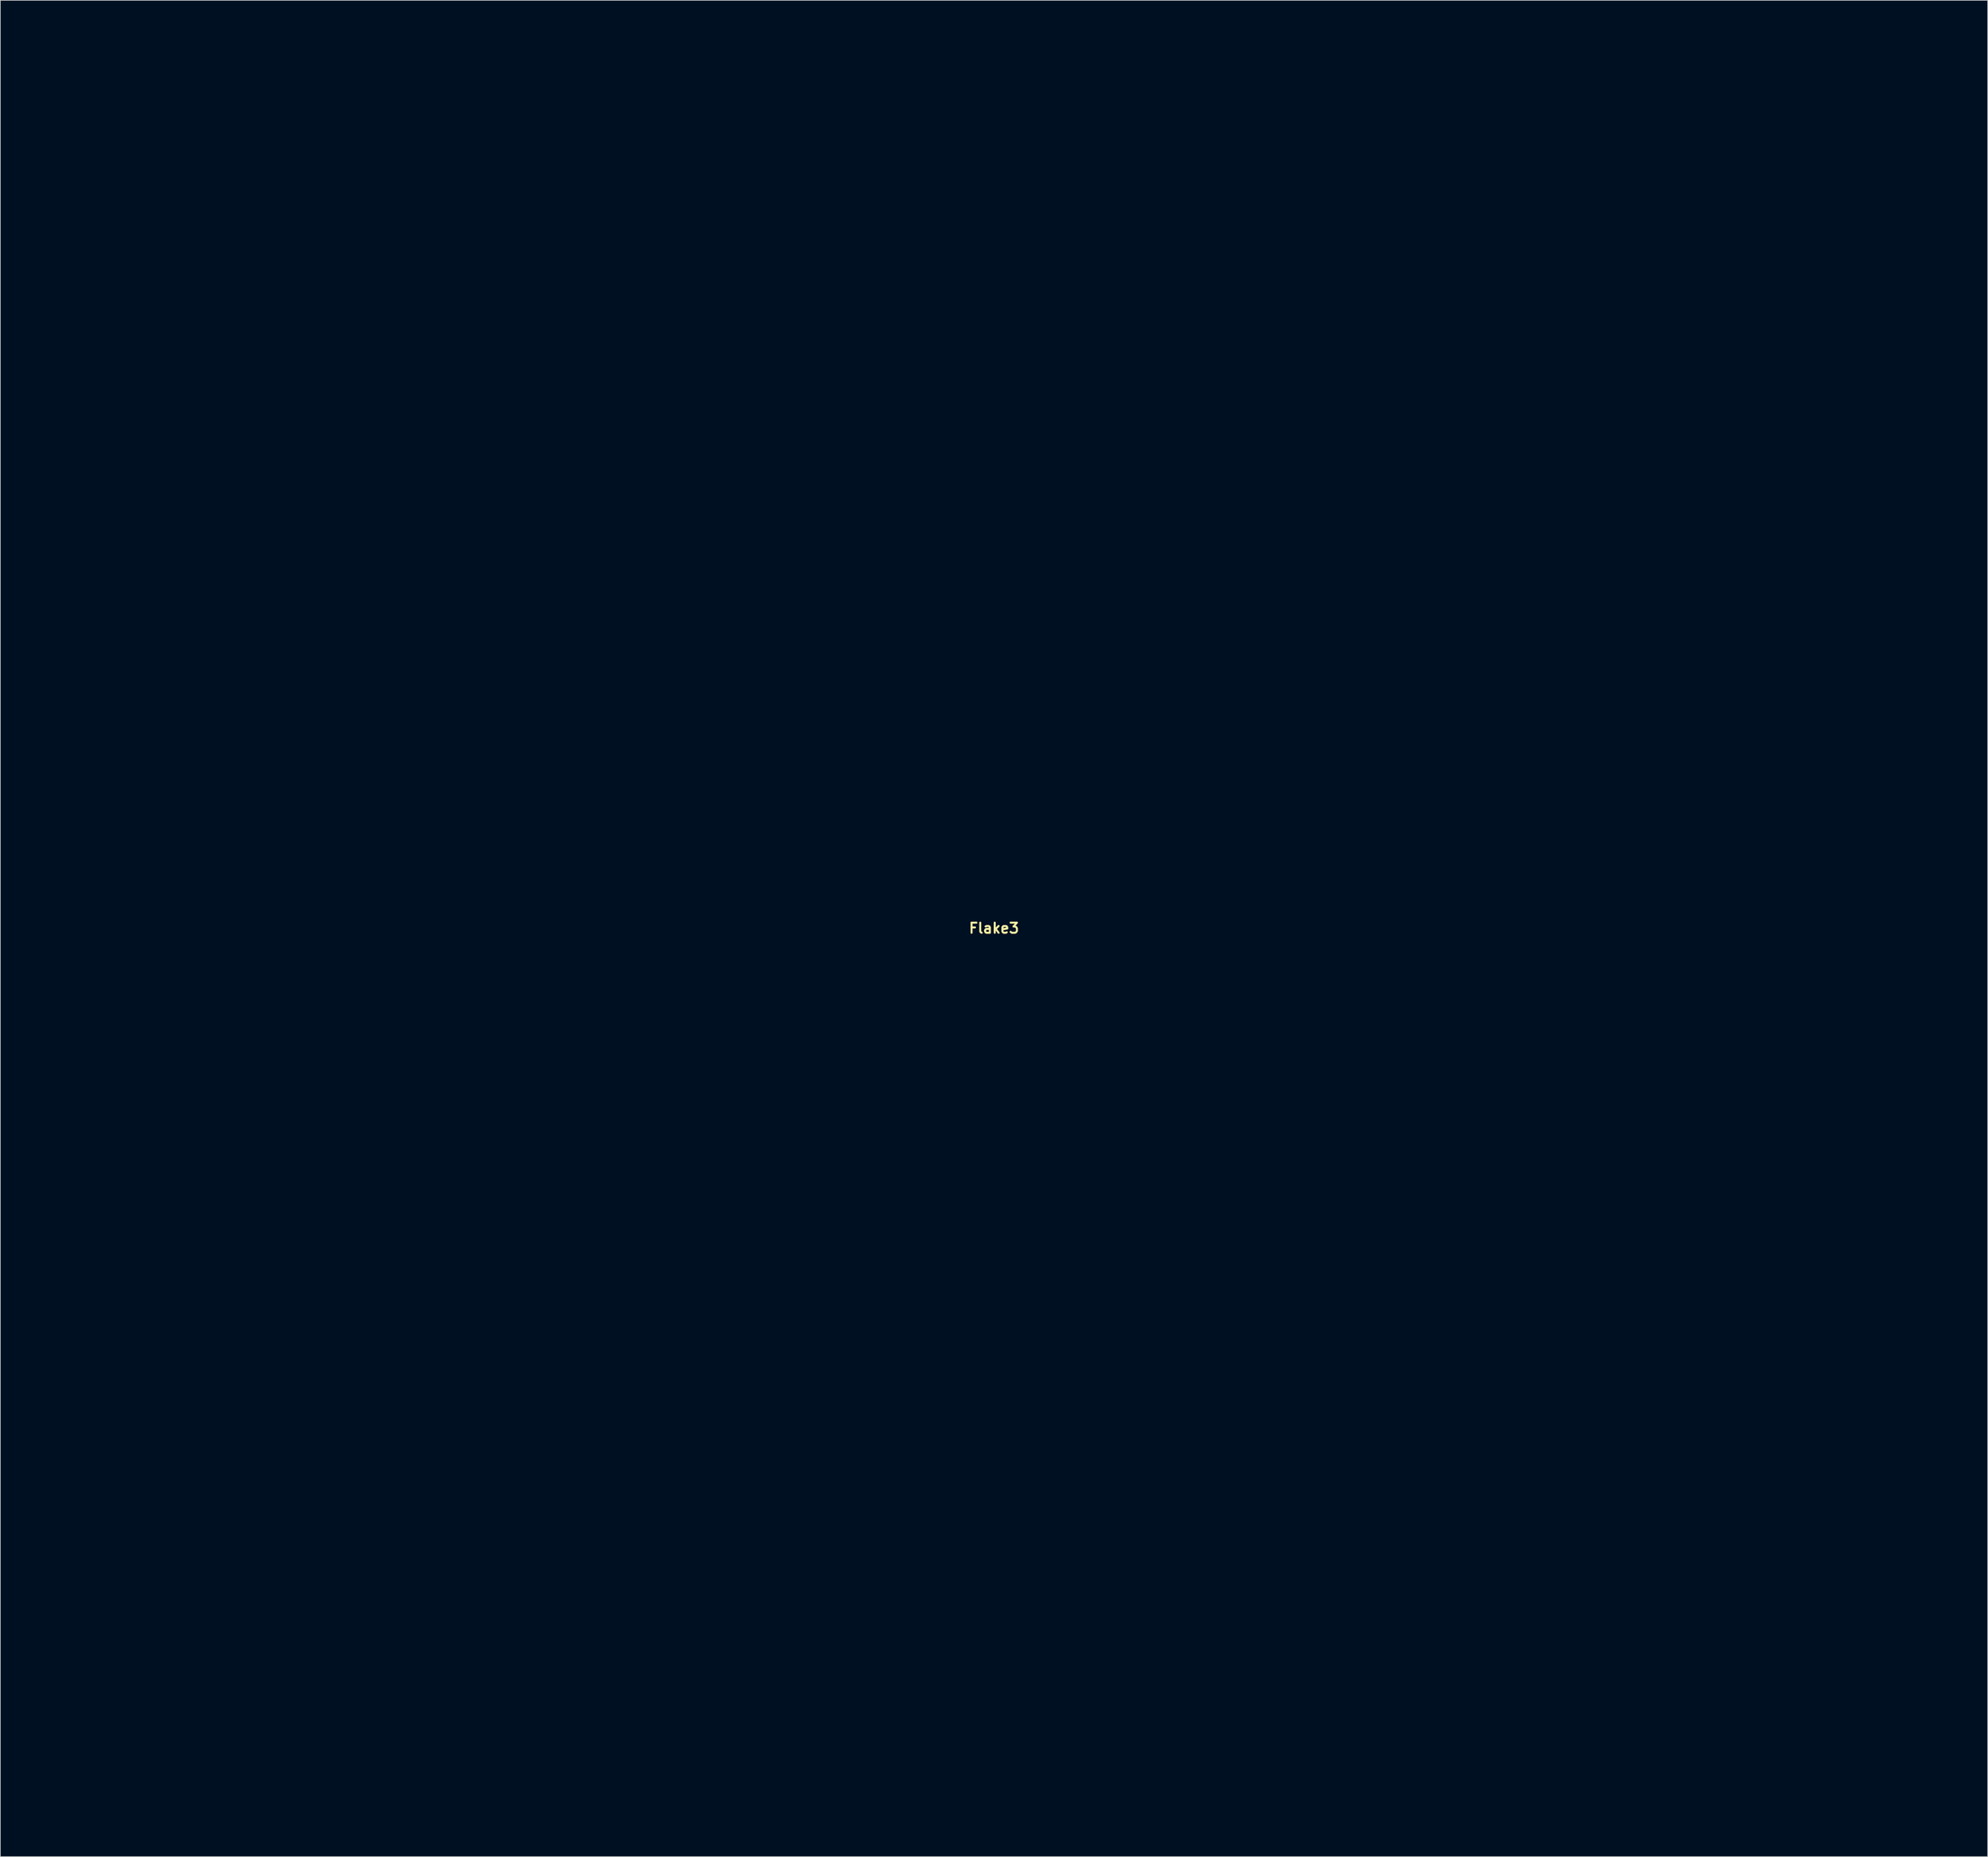
<source format=kicad_pcb>
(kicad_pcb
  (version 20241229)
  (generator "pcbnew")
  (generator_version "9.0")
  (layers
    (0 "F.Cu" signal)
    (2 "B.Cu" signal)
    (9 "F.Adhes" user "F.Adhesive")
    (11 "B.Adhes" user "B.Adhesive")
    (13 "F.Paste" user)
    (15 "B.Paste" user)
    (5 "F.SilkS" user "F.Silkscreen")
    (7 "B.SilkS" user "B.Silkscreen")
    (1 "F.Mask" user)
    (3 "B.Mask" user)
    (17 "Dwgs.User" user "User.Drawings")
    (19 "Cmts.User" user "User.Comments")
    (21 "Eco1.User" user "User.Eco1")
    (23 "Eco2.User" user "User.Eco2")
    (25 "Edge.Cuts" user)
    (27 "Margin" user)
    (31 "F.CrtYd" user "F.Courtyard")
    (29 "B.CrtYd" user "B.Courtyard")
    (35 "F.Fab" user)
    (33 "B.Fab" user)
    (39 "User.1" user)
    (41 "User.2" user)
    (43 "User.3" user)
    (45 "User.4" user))
  (footprint "Flake3"
    (layer "F.Cu")
    (at 146.543 136.682)
    (property "Reference" "Flake3" (at 0 0 0) (layer "F.SilkS") (effects (font (size 1.524 1.524) (thickness 0.3))))
    (attr through_hole)
    (fp_poly (pts (xy 26.877 -136.263) (xy 27.831 -135.202) (xy 29.122 -133.644) (xy 30.637 -131.739) (xy 32.261 -129.636) (xy 33.881 -127.485) (xy 35.384 -125.437) (xy 36.654 -123.64) (xy 37.58 -122.246) (xy 38.046 -121.403) (xy 38.079 -121.264) (xy 37.665 -120.936) (xy 36.508 -120.199) (xy 34.72 -119.12) (xy 32.411 -117.764) (xy 29.693 -116.198) (xy 26.722 -114.513) (xy 15.387 -108.133) (xy 15.387 -99.289) (xy 15.402 -96.447) (xy 15.444 -93.952) (xy 15.508 -91.964) (xy 15.589 -90.645) (xy 15.675 -90.158) (xy 16.17 -90.291) (xy 17.43 -90.806) (xy 19.344 -91.654) (xy 21.804 -92.783) (xy 24.696 -94.144) (xy 27.913 -95.687) (xy 29.026 -96.227) (xy 32.328 -97.822) (xy 35.344 -99.257) (xy 37.965 -100.481) (xy 40.079 -101.443) (xy 41.575 -102.092) (xy 42.341 -102.377) (xy 42.415 -102.382) (xy 42.736 -101.895) (xy 43.39 -100.696) (xy 44.301 -98.941) (xy 45.393 -96.784) (xy 46.59 -94.379) (xy 47.817 -91.882) (xy 48.998 -89.445) (xy 50.057 -87.225) (xy 50.918 -85.375) (xy 51.505 -84.05) (xy 51.744 -83.405) (xy 51.741 -83.368) (xy 51.257 -83.132) (xy 50 -82.552) (xy 48.089 -81.681) (xy 45.643 -80.575) (xy 42.782 -79.287) (xy 39.778 -77.94) (xy 28.023 -72.679) (xy 28.22 -65.769) (xy 28.316 -63.142) (xy 28.443 -60.755) (xy 28.585 -58.832) (xy 28.729 -57.6) (xy 28.765 -57.417) (xy 29.004 -56.812) (xy 29.5 -56.192) (xy 30.376 -55.467) (xy 31.755 -54.544) (xy 33.761 -53.334) (xy 36.209 -51.921) (xy 43.304 -47.868) (xy 60.421 -55.293) (xy 60.739 -62.649) (xy 60.856 -65.623) (xy 60.954 -68.619) (xy 61.024 -71.329) (xy 61.056 -73.446) (xy 61.058 -73.835) (xy 61.058 -77.665) (xy 68.507 -77.662) (xy 71.432 -77.639) (xy 74.314 -77.58) (xy 76.87 -77.492) (xy 78.818 -77.383) (xy 79.253 -77.347) (xy 82.55 -77.036) (xy 82.552 -70.878) (xy 82.582 -67.8) (xy 82.662 -64.39) (xy 82.777 -61.134) (xy 82.871 -59.222) (xy 83.188 -53.724) (xy 91.783 -58.179) (xy 94.415 -59.544) (xy 96.729 -60.747) (xy 98.594 -61.719) (xy 99.879 -62.392) (xy 100.45 -62.696) (xy 100.466 -62.706) (xy 100.517 -63.193) (xy 100.611 -64.511) (xy 100.738 -66.517) (xy 100.889 -69.067) (xy 101.056 -72.018) (xy 101.112 -73.031) (xy 101.285 -76.113) (xy 101.451 -78.872) (xy 101.6 -81.157) (xy 101.721 -82.815) (xy 101.805 -83.694) (xy 101.821 -83.783) (xy 102.321 -83.879) (xy 103.623 -83.901) (xy 105.556 -83.86) (xy 107.951 -83.766) (xy 110.635 -83.629) (xy 113.438 -83.461) (xy 116.19 -83.271) (xy 118.719 -83.07) (xy 120.855 -82.869) (xy 122.426 -82.678) (xy 123.262 -82.507) (xy 123.342 -82.463) (xy 123.363 -81.937) (xy 123.298 -80.608) (xy 123.164 -78.642) (xy 122.974 -76.209) (xy 122.744 -73.477) (xy 122.488 -70.613) (xy 122.222 -67.786) (xy 121.96 -65.164) (xy 121.716 -62.915) (xy 121.506 -61.206) (xy 121.408 -60.541) (xy 121.375 -60.046) (xy 121.547 -59.615) (xy 122.051 -59.17) (xy 123.018 -58.631) (xy 124.575 -57.92) (xy 126.852 -56.958) (xy 128.13 -56.428) (xy 132.689 -54.543) (xy 136.426 -52.99) (xy 139.423 -51.733) (xy 141.761 -50.731) (xy 143.522 -49.948) (xy 144.787 -49.344) (xy 145.639 -48.881) (xy 146.158 -48.521) (xy 146.426 -48.225) (xy 146.526 -47.954) (xy 146.538 -47.753) (xy 146.31 -47.09) (xy 145.687 -45.78) (xy 144.759 -43.982) (xy 143.616 -41.859) (xy 142.351 -39.572) (xy 141.053 -37.283) (xy 139.813 -35.151) (xy 138.722 -33.34) (xy 137.871 -32.009) (xy 137.351 -31.321) (xy 137.26 -31.262) (xy 136.757 -31.459) (xy 135.485 -32.014) (xy 133.563 -32.875) (xy 131.107 -33.989) (xy 128.235 -35.302) (xy 125.065 -36.762) (xy 124.94 -36.82) (xy 112.911 -42.379) (xy 104.325 -37.719) (xy 101.712 -36.287) (xy 99.42 -35.004) (xy 97.578 -33.946) (xy 96.315 -33.185) (xy 95.76 -32.796) (xy 95.745 -32.771) (xy 96.161 -32.478) (xy 97.335 -31.789) (xy 99.158 -30.765) (xy 101.523 -29.465) (xy 104.323 -27.948) (xy 107.451 -26.275) (xy 108.305 -25.82) (xy 111.509 -24.108) (xy 114.421 -22.529) (xy 116.932 -21.144) (xy 118.933 -20.015) (xy 120.314 -19.202) (xy 120.967 -18.766) (xy 121.003 -18.723) (xy 120.763 -18.224) (xy 119.924 -17.05) (xy 118.479 -15.192) (xy 116.419 -12.638) (xy 113.735 -9.377) (xy 110.418 -5.399) (xy 108.614 -3.25) (xy 107.445 -1.859) (xy 103.668 -4.01) (xy 101.925 -5.007) (xy 99.581 -6.352) (xy 96.882 -7.906) (xy 94.07 -9.528) (xy 92.483 -10.444) (xy 85.076 -14.728) (xy 77.341 -10.48) (xy 74.814 -9.07) (xy 72.564 -7.77) (xy 70.741 -6.671) (xy 69.495 -5.864) (xy 68.995 -5.465) (xy 68.725 -4.719) (xy 68.537 -3.221) (xy 68.425 -0.898) (xy 68.385 2.32) (xy 68.385 2.677) (xy 68.385 10.051) (xy 76.316 14.495) (xy 84.247 18.938) (xy 95.277 13.419) (xy 106.308 7.9) (xy 111.159 15.995) (xy 112.674 18.541) (xy 114.011 20.819) (xy 115.089 22.69) (xy 115.828 24.014) (xy 116.148 24.652) (xy 116.153 24.668) (xy 115.777 25.043) (xy 114.644 25.797) (xy 112.865 26.864) (xy 110.553 28.179) (xy 107.82 29.675) (xy 105.301 31.014) (xy 102.331 32.594) (xy 99.685 34.042) (xy 97.477 35.295) (xy 95.817 36.286) (xy 94.818 36.951) (xy 94.573 37.214) (xy 95.076 37.559) (xy 96.313 38.26) (xy 98.145 39.242) (xy 100.429 40.428) (xy 103.024 41.743) (xy 103.076 41.769) (xy 111.312 45.892) (xy 121.903 41.027) (xy 124.886 39.675) (xy 127.579 38.488) (xy 129.853 37.52) (xy 131.581 36.824) (xy 132.637 36.455) (xy 132.903 36.416) (xy 133.227 36.893) (xy 133.914 38.076) (xy 134.875 39.8) (xy 136.024 41.903) (xy 137.273 44.221) (xy 138.536 46.591) (xy 139.724 48.851) (xy 140.751 50.837) (xy 141.53 52.387) (xy 141.974 53.337) (xy 142.036 53.507) (xy 141.642 53.822) (xy 140.458 54.447) (xy 138.604 55.327) (xy 136.197 56.407) (xy 133.355 57.634) (xy 130.558 58.803) (xy 127.402 60.111) (xy 124.548 61.307) (xy 122.118 62.339) (xy 120.237 63.154) (xy 119.029 63.699) (xy 118.622 63.912) (xy 118.581 64.466) (xy 118.633 65.858) (xy 118.768 67.955) (xy 118.977 70.624) (xy 119.25 73.73) (xy 119.523 76.601) (xy 119.848 79.964) (xy 120.127 82.992) (xy 120.35 85.554) (xy 120.505 87.518) (xy 120.581 88.754) (xy 120.575 89.134) (xy 120.067 89.202) (xy 118.757 89.301) (xy 116.817 89.423) (xy 114.422 89.56) (xy 111.742 89.703) (xy 108.952 89.844) (xy 106.222 89.973) (xy 103.726 90.082) (xy 101.637 90.163) (xy 100.126 90.206) (xy 99.367 90.204) (xy 99.312 90.194) (xy 99.26 89.698) (xy 99.171 88.36) (xy 99.052 86.313) (xy 98.91 83.691) (xy 98.753 80.627) (xy 98.631 78.138) (xy 98.418 74.158) (xy 98.196 70.852) (xy 97.972 68.291) (xy 97.753 66.55) (xy 97.545 65.698) (xy 97.507 65.643) (xy 96.854 65.215) (xy 95.521 64.495) (xy 93.67 63.559) (xy 91.465 62.483) (xy 89.068 61.344) (xy 86.643 60.217) (xy 84.353 59.179) (xy 82.361 58.305) (xy 80.829 57.673) (xy 79.922 57.358) (xy 79.748 57.347) (xy 79.661 57.896) (xy 79.567 59.293) (xy 79.471 61.407) (xy 79.379 64.108) (xy 79.295 67.268) (xy 79.225 70.756) (xy 79.224 70.832) (xy 79.135 75.212) (xy 79.029 78.659) (xy 78.905 81.218) (xy 78.76 82.932) (xy 78.59 83.845) (xy 78.456 84.032) (xy 77.831 83.99) (xy 76.379 83.864) (xy 74.246 83.667) (xy 71.575 83.413) (xy 68.514 83.116) (xy 66.797 82.946) (xy 55.685 81.844) (xy 55.705 80.365) (xy 55.743 79.441) (xy 55.836 77.713) (xy 55.974 75.352) (xy 56.148 72.529) (xy 56.347 69.415) (xy 56.398 68.629) (xy 56.584 65.562) (xy 56.719 62.83) (xy 56.798 60.582) (xy 56.818 58.965) (xy 56.773 58.129) (xy 56.744 58.051) (xy 56.197 57.734) (xy 54.94 57.102) (xy 53.146 56.234) (xy 50.988 55.21) (xy 48.64 54.112) (xy 46.275 53.019) (xy 44.067 52.013) (xy 42.189 51.174) (xy 40.814 50.582) (xy 40.116 50.318) (xy 40.076 50.312) (xy 39.523 50.516) (xy 38.245 51.084) (xy 36.393 51.945) (xy 34.119 53.029) (xy 32.079 54.019) (xy 24.491 57.726) (xy 24.231 60.735) (xy 24.09 62.569) (xy 23.928 64.985) (xy 23.771 67.591) (xy 23.7 68.887) (xy 23.429 74.029) (xy 34.419 79.816) (xy 38.092 81.779) (xy 41.028 83.408) (xy 43.194 84.683) (xy 44.554 85.585) (xy 45.075 86.092) (xy 45.07 86.153) (xy 44.653 86.778) (xy 43.798 88.025) (xy 42.614 89.738) (xy 41.208 91.761) (xy 39.69 93.94) (xy 38.167 96.118) (xy 36.749 98.141) (xy 35.544 99.853) (xy 34.659 101.099) (xy 34.205 101.723) (xy 34.178 101.756) (xy 33.666 101.654) (xy 32.403 101.161) (xy 30.509 100.331) (xy 28.102 99.216) (xy 25.301 97.871) (xy 22.537 96.505) (xy 19.483 94.982) (xy 16.723 93.614) (xy 14.374 92.46) (xy 12.555 91.577) (xy 11.385 91.023) (xy 10.983 90.854) (xy 10.908 91.317) (xy 10.855 92.603) (xy 10.829 94.558) (xy 10.829 97.03) (xy 10.857 99.708) (xy 10.99 108.563) (xy 20.938 114.263) (xy 23.749 115.884) (xy 26.257 117.352) (xy 28.344 118.595) (xy 29.892 119.542) (xy 30.782 120.122) (xy 30.952 120.266) (xy 30.685 120.697) (xy 29.926 121.758) (xy 28.784 123.306) (xy 27.365 125.2) (xy 25.778 127.298) (xy 24.13 129.457) (xy 22.53 131.538) (xy 21.085 133.396) (xy 19.902 134.891) (xy 19.091 135.881) (xy 19.017 135.967) (xy 18.52 135.835) (xy 17.314 135.244) (xy 15.514 134.258) (xy 13.235 132.942) (xy 10.594 131.361) (xy 8.293 129.947) (xy 5.422 128.167) (xy 2.808 126.558) (xy 0.573 125.192) (xy -1.165 124.142) (xy -2.287 123.48) (xy -2.656 123.281) (xy -3.213 123.468) (xy -4.481 124.112) (xy -6.346 125.148) (xy -8.693 126.51) (xy -11.408 128.133) (xy -14.31 129.912) (xy -17.293 131.741) (xy -20.036 133.386) (xy -22.422 134.78) (xy -24.332 135.853) (xy -25.647 136.539) (xy -26.242 136.769) (xy -26.875 136.363) (xy -28.001 135.168) (xy -29.588 133.222) (xy -31.604 130.563) (xy -32.605 129.195) (xy -34.314 126.82) (xy -35.804 124.711) (xy -36.987 122.998) (xy -37.774 121.807) (xy -38.078 121.267) (xy -38.079 121.257) (xy -37.665 120.931) (xy -36.508 120.196) (xy -34.72 119.118) (xy -32.411 117.763) (xy -29.694 116.198) (xy -26.722 114.513) (xy -15.387 108.133) (xy -15.387 99.289) (xy -15.402 96.447) (xy -15.444 93.952) (xy -15.508 91.964) (xy -15.589 90.645) (xy -15.675 90.158) (xy -16.17 90.291) (xy -17.43 90.806) (xy -19.344 91.654) (xy -21.804 92.783) (xy -24.696 94.144) (xy -27.913 95.687) (xy -29.026 96.227) (xy -32.328 97.822) (xy -35.344 99.257) (xy -37.965 100.481) (xy -40.079 101.443) (xy -41.575 102.092) (xy -42.341 102.377) (xy -42.415 102.382) (xy -42.736 101.895) (xy -43.39 100.696) (xy -44.301 98.941) (xy -45.393 96.784) (xy -46.59 94.379) (xy -47.817 91.882) (xy -48.998 89.445) (xy -50.057 87.225) (xy -50.918 85.375) (xy -51.505 84.05) (xy -51.744 83.405) (xy -51.741 83.368) (xy -51.257 83.132) (xy -50 82.552) (xy -48.089 81.681) (xy -45.642 80.575) (xy -42.78 79.286) (xy -39.76 77.932) (xy -27.987 72.663) (xy -28.175 66.738) (xy -28.272 64.144) (xy -28.392 61.644) (xy -28.518 59.547) (xy -28.619 58.309) (xy -28.874 55.805) (xy -36.589 51.588) (xy -44.304 47.37) (xy -52.36 51.289) (xy -60.417 55.207) (xy -60.737 62.606) (xy -60.855 65.586) (xy -60.953 68.586) (xy -61.023 71.3) (xy -61.056 73.423) (xy -61.058 73.835) (xy -61.058 77.665) (xy -68.507 77.662) (xy -71.432 77.639) (xy -74.314 77.58) (xy -76.87 77.492) (xy -78.818 77.383) (xy -79.253 77.347) (xy -82.55 77.036) (xy -82.552 70.878) (xy -82.582 67.8) (xy -82.662 64.39) (xy -82.777 61.134) (xy -82.871 59.222) (xy -83.188 53.724) (xy -91.783 58.179) (xy -94.415 59.544) (xy -96.729 60.747) (xy -98.594 61.719) (xy -99.879 62.392) (xy -100.45 62.696) (xy -100.466 62.706) (xy -100.517 63.193) (xy -100.611 64.511) (xy -100.738 66.517) (xy -100.889 69.067) (xy -101.056 72.018) (xy -101.112 73.031) (xy -101.285 76.113) (xy -101.451 78.872) (xy -101.6 81.157) (xy -101.721 82.815) (xy -101.805 83.694) (xy -101.821 83.783) (xy -102.321 83.879) (xy -103.623 83.901) (xy -105.556 83.86) (xy -107.951 83.766) (xy -110.635 83.629) (xy -113.438 83.461) (xy -116.19 83.271) (xy -118.719 83.07) (xy -120.855 82.869) (xy -122.426 82.678) (xy -123.262 82.507) (xy -123.342 82.463) (xy -123.363 81.937) (xy -123.298 80.608) (xy -123.164 78.642) (xy -122.974 76.209) (xy -122.744 73.477) (xy -122.488 70.613) (xy -122.222 67.786) (xy -121.96 65.164) (xy -121.716 62.915) (xy -121.506 61.206) (xy -121.408 60.541) (xy -121.375 60.046) (xy -121.547 59.615) (xy -122.051 59.17) (xy -123.018 58.631) (xy -124.575 57.92) (xy -126.852 56.958) (xy -128.13 56.428) (xy -132.689 54.543) (xy -136.426 52.99) (xy -139.423 51.733) (xy -141.761 50.731) (xy -143.522 49.948) (xy -144.787 49.344) (xy -145.639 48.881) (xy -146.158 48.521) (xy -146.426 48.225) (xy -146.526 47.954) (xy -146.538 47.753) (xy -146.31 47.09) (xy -146.061 46.566) (xy -142.177 46.566) (xy -141.992 46.907) (xy -141.573 47.165) (xy -141.525 47.19) (xy -140.778 47.529) (xy -139.267 48.18) (xy -137.131 49.085) (xy -134.51 50.184) (xy -131.543 51.418) (xy -129.442 52.286) (xy -126.375 53.558) (xy -123.609 54.715) (xy -121.274 55.704) (xy -119.496 56.47) (xy -118.404 56.959) (xy -118.115 57.108) (xy -118.065 57.655) (xy -118.112 59.033) (xy -118.246 61.099) (xy -118.457 63.711) (xy -118.734 66.729) (xy -118.899 68.385) (xy -119.218 71.543) (xy -119.494 74.357) (xy -119.715 76.687) (xy -119.867 78.394) (xy -119.939 79.34) (xy -119.94 79.486) (xy -119.415 79.602) (xy -118.124 79.747) (xy -116.277 79.907) (xy -114.082 80.069) (xy -111.75 80.221) (xy -109.49 80.347) (xy -107.512 80.436) (xy -106.025 80.473) (xy -105.24 80.446) (xy -105.173 80.424) (xy -105.053 79.861) (xy -104.903 78.475) (xy -104.734 76.42) (xy -104.56 73.848) (xy -104.393 70.912) (xy -104.369 70.435) (xy -103.878 60.76) (xy -92.218 54.681) (xy -89.112 53.065) (xy -86.284 51.598) (xy -83.849 50.342) (xy -81.927 49.356) (xy -80.634 48.702) (xy -80.089 48.439) (xy -80.089 48.439) (xy -79.919 48.85) (xy -79.784 50.158) (xy -79.686 52.284) (xy -79.631 55.148) (xy -79.619 57.524) (xy -79.602 60.745) (xy -79.554 63.918) (xy -79.481 66.8) (xy -79.389 69.148) (xy -79.303 70.509) (xy -78.987 74.246) (xy -64.599 74.246) (xy -64.294 72.72) (xy -64.195 71.748) (xy -64.11 69.988) (xy -64.044 67.628) (xy -64.001 64.859) (xy -63.988 62.206) (xy -63.988 53.219) (xy -43.767 43.449) (xy -36.171 47.803) (xy -33.604 49.268) (xy -31.228 50.614) (xy -29.214 51.743) (xy -27.736 52.559) (xy -27.047 52.925) (xy -25.52 53.694) (xy -25.222 60.184) (xy -25.094 63.074) (xy -24.97 66.054) (xy -24.864 68.762) (xy -24.796 70.722) (xy -24.667 74.769) (xy -35.658 79.696) (xy -38.708 81.069) (xy -41.462 82.322) (xy -43.794 83.395) (xy -45.579 84.23) (xy -46.69 84.77) (xy -47.006 84.945) (xy -46.913 85.452) (xy -46.468 86.641) (xy -45.757 88.322) (xy -44.87 90.305) (xy -43.895 92.403) (xy -42.92 94.424) (xy -42.036 96.18) (xy -41.328 97.481) (xy -40.888 98.138) (xy -40.818 98.181) (xy -40.332 97.974) (xy -39.075 97.389) (xy -37.154 96.475) (xy -34.675 95.285) (xy -31.745 93.869) (xy -28.47 92.277) (xy -26.549 91.341) (xy -23.137 89.681) (xy -20.018 88.174) (xy -17.297 86.869) (xy -15.078 85.818) (xy -13.467 85.069) (xy -12.569 84.674) (xy -12.417 84.625) (xy -12.37 85.126) (xy -12.303 86.473) (xy -12.22 88.534) (xy -12.127 91.18) (xy -12.027 94.279) (xy -11.939 97.262) (xy -11.585 109.775) (xy -21.79 115.524) (xy -24.686 117.166) (xy -27.32 118.678) (xy -29.565 119.986) (xy -31.293 121.015) (xy -32.377 121.69) (xy -32.674 121.903) (xy -32.875 122.276) (xy -32.767 122.868) (xy -32.281 123.812) (xy -31.346 125.239) (xy -29.891 127.282) (xy -29.589 127.697) (xy -28.171 129.617) (xy -26.955 131.214) (xy -26.057 132.34) (xy -25.591 132.847) (xy -25.561 132.862) (xy -25.09 132.616) (xy -23.903 131.924) (xy -22.112 130.854) (xy -19.834 129.475) (xy -17.18 127.855) (xy -14.724 126.347) (xy -11.816 124.556) (xy -9.165 122.925) (xy -6.89 121.527) (xy -5.111 120.435) (xy -3.946 119.724) (xy -3.533 119.474) (xy -2.927 119.616) (xy -1.578 120.258) (xy 0.44 121.361) (xy 3.057 122.886) (xy 6.201 124.792) (xy 7.441 125.56) (xy 17.797 132.003) (xy 19.172 130.356) (xy 20.092 129.226) (xy 21.386 127.6) (xy 22.833 125.757) (xy 23.462 124.948) (xy 26.378 121.186) (xy 23.569 119.546) (xy 22.129 118.712) (xy 20.074 117.532) (xy 17.639 116.14) (xy 15.059 114.67) (xy 14.043 114.093) (xy 7.327 110.28) (xy 7.327 97.88) (xy 7.336 94.516) (xy 7.363 91.498) (xy 7.403 88.957) (xy 7.456 87.022) (xy 7.517 85.824) (xy 7.575 85.481) (xy 8.059 85.691) (xy 9.303 86.284) (xy 11.192 87.204) (xy 13.614 88.397) (xy 16.455 89.805) (xy 19.601 91.373) (xy 20.027 91.587) (xy 23.213 93.174) (xy 26.116 94.607) (xy 28.623 95.831) (xy 30.617 96.79) (xy 31.983 97.428) (xy 32.606 97.689) (xy 32.626 97.692) (xy 33.014 97.324) (xy 33.815 96.335) (xy 34.903 94.901) (xy 36.153 93.196) (xy 37.441 91.396) (xy 38.64 89.675) (xy 39.627 88.208) (xy 40.275 87.171) (xy 40.46 86.737) (xy 40.46 86.737) (xy 40 86.484) (xy 38.797 85.843) (xy 36.972 84.878) (xy 34.648 83.653) (xy 31.947 82.234) (xy 30.137 81.284) (xy 19.975 75.956) (xy 20.248 72.781) (xy 20.367 71.085) (xy 20.499 68.708) (xy 20.629 65.943) (xy 20.743 63.085) (xy 20.759 62.611) (xy 20.998 55.616) (xy 30.424 50.979) (xy 39.85 46.341) (xy 49.843 51.047) (xy 52.736 52.417) (xy 55.331 53.66) (xy 57.497 54.712) (xy 59.104 55.509) (xy 60.022 55.989) (xy 60.182 56.089) (xy 60.251 56.653) (xy 60.253 58.048) (xy 60.193 60.131) (xy 60.076 62.758) (xy 59.907 65.786) (xy 59.807 67.362) (xy 59.611 70.53) (xy 59.462 73.365) (xy 59.363 75.722) (xy 59.322 77.46) (xy 59.343 78.436) (xy 59.377 78.593) (xy 59.903 78.713) (xy 61.201 78.906) (xy 63.07 79.15) (xy 65.314 79.422) (xy 67.734 79.701) (xy 70.132 79.963) (xy 72.31 80.186) (xy 74.069 80.349) (xy 75.212 80.428) (xy 75.549 80.418) (xy 75.581 79.932) (xy 75.633 78.592) (xy 75.7 76.518) (xy 75.78 73.833) (xy 75.867 70.657) (xy 75.96 67.112) (xy 75.986 66.064) (xy 76.081 62.442) (xy 76.176 59.158) (xy 76.266 56.332) (xy 76.348 54.086) (xy 76.418 52.54) (xy 76.47 51.816) (xy 76.481 51.777) (xy 76.984 51.98) (xy 78.226 52.546) (xy 80.066 53.407) (xy 82.366 54.496) (xy 84.986 55.745) (xy 87.786 57.089) (xy 90.629 58.459) (xy 93.374 59.789) (xy 95.881 61.011) (xy 98.013 62.059) (xy 99.628 62.865) (xy 100.589 63.363) (xy 100.792 63.485) (xy 100.933 64.068) (xy 101.102 65.486) (xy 101.289 67.596) (xy 101.481 70.258) (xy 101.666 73.33) (xy 101.769 75.295) (xy 102.333 86.702) (xy 108.438 86.557) (xy 110.911 86.481) (xy 113.139 86.379) (xy 114.877 86.265) (xy 115.883 86.153) (xy 115.887 86.152) (xy 116.76 85.886) (xy 117.069 85.341) (xy 116.987 84.187) (xy 116.974 84.099) (xy 116.82 82.856) (xy 116.613 80.96) (xy 116.368 78.575) (xy 116.101 75.867) (xy 115.827 73.002) (xy 115.562 70.145) (xy 115.321 67.462) (xy 115.12 65.119) (xy 114.973 63.281) (xy 114.897 62.114) (xy 114.897 61.774) (xy 115.369 61.559) (xy 116.609 61.029) (xy 118.485 60.24) (xy 120.862 59.249) (xy 123.605 58.112) (xy 124.558 57.718) (xy 127.527 56.492) (xy 130.302 55.345) (xy 132.715 54.347) (xy 134.597 53.568) (xy 135.782 53.075) (xy 135.932 53.013) (xy 137.78 52.238) (xy 134.71 46.398) (xy 133.562 44.258) (xy 132.556 42.469) (xy 131.786 41.189) (xy 131.346 40.58) (xy 131.297 40.55) (xy 130.771 40.742) (xy 129.489 41.283) (xy 127.584 42.116) (xy 125.186 43.183) (xy 122.429 44.425) (xy 121.086 45.035) (xy 111.218 49.527) (xy 99.937 43.837) (xy 96.845 42.269) (xy 94.01 40.818) (xy 91.56 39.548) (xy 89.622 38.526) (xy 88.322 37.819) (xy 87.812 37.513) (xy 87.651 37.283) (xy 87.771 36.973) (xy 88.256 36.531) (xy 89.189 35.906) (xy 90.653 35.047) (xy 92.73 33.902) (xy 95.505 32.421) (xy 99.059 30.552) (xy 99.413 30.366) (xy 102.597 28.694) (xy 105.479 27.168) (xy 107.953 25.846) (xy 109.909 24.787) (xy 111.239 24.049) (xy 111.836 23.69) (xy 111.858 23.667) (xy 111.623 23.211) (xy 110.994 22.113) (xy 110.087 20.565) (xy 109.014 18.759) (xy 107.892 16.887) (xy 106.832 15.141) (xy 105.952 13.715) (xy 105.7 13.316) (xy 105.004 12.222) (xy 94.583 17.426) (xy 84.163 22.629) (xy 74.564 17.3) (xy 64.965 11.972) (xy 64.968 6.841) (xy 65.003 3.985) (xy 65.096 0.821) (xy 65.228 -2.108) (xy 65.282 -2.999) (xy 65.594 -7.708) (xy 75.342 -13.122) (xy 85.091 -18.536) (xy 95.584 -12.443) (xy 98.487 -10.767) (xy 101.118 -9.267) (xy 103.355 -8.01) (xy 105.081 -7.063) (xy 106.175 -6.492) (xy 106.512 -6.35) (xy 106.961 -6.707) (xy 107.908 -7.69) (xy 109.234 -9.168) (xy 110.82 -11.01) (xy 111.667 -12.019) (xy 113.546 -14.314) (xy 114.827 -15.98) (xy 115.571 -17.108) (xy 115.84 -17.792) (xy 115.71 -18.114) (xy 115.121 -18.443) (xy 113.782 -19.17) (xy 111.805 -20.234) (xy 109.301 -21.575) (xy 106.384 -23.133) (xy 103.166 -24.848) (xy 101.966 -25.486) (xy 98.705 -27.23) (xy 95.741 -28.836) (xy 93.179 -30.244) (xy 91.126 -31.397) (xy 89.686 -32.235) (xy 88.964 -32.699) (xy 88.9 -32.766) (xy 89.308 -33.064) (xy 90.444 -33.751) (xy 92.173 -34.753) (xy 94.363 -35.995) (xy 96.88 -37.406) (xy 99.591 -38.91) (xy 102.362 -40.435) (xy 105.059 -41.907) (xy 107.549 -43.252) (xy 109.699 -44.398) (xy 111.375 -45.269) (xy 112.444 -45.794) (xy 112.765 -45.915) (xy 113.282 -45.719) (xy 114.564 -45.167) (xy 116.485 -44.313) (xy 118.925 -43.213) (xy 121.759 -41.922) (xy 124.281 -40.764) (xy 127.356 -39.365) (xy 130.15 -38.126) (xy 132.537 -37.101) (xy 134.392 -36.342) (xy 135.59 -35.903) (xy 135.993 -35.818) (xy 136.427 -36.299) (xy 137.226 -37.463) (xy 138.279 -39.139) (xy 139.475 -41.158) (xy 139.571 -41.325) (xy 140.827 -43.523) (xy 141.646 -45.027) (xy 142.079 -45.991) (xy 142.177 -46.566) (xy 141.992 -46.907) (xy 141.573 -47.165) (xy 141.525 -47.19) (xy 140.778 -47.529) (xy 139.267 -48.18) (xy 137.131 -49.085) (xy 134.51 -50.184) (xy 131.543 -51.418) (xy 129.442 -52.286) (xy 126.375 -53.558) (xy 123.609 -54.715) (xy 121.274 -55.704) (xy 119.496 -56.47) (xy 118.404 -56.959) (xy 118.115 -57.108) (xy 118.065 -57.655) (xy 118.112 -59.033) (xy 118.246 -61.099) (xy 118.457 -63.711) (xy 118.734 -66.729) (xy 118.899 -68.385) (xy 119.218 -71.543) (xy 119.494 -74.357) (xy 119.715 -76.687) (xy 119.867 -78.394) (xy 119.939 -79.34) (xy 119.94 -79.486) (xy 119.415 -79.602) (xy 118.124 -79.747) (xy 116.277 -79.907) (xy 114.082 -80.069) (xy 111.75 -80.221) (xy 109.49 -80.347) (xy 107.512 -80.436) (xy 106.025 -80.473) (xy 105.24 -80.446) (xy 105.173 -80.424) (xy 105.053 -79.861) (xy 104.903 -78.475) (xy 104.734 -76.42) (xy 104.56 -73.848) (xy 104.393 -70.912) (xy 104.369 -70.435) (xy 103.878 -60.76) (xy 92.218 -54.681) (xy 89.112 -53.065) (xy 86.284 -51.598) (xy 83.849 -50.342) (xy 81.927 -49.356) (xy 80.634 -48.702) (xy 80.089 -48.439) (xy 80.089 -48.439) (xy 79.919 -48.85) (xy 79.784 -50.158) (xy 79.686 -52.284) (xy 79.631 -55.148) (xy 79.619 -57.524) (xy 79.602 -60.745) (xy 79.554 -63.918) (xy 79.481 -66.8) (xy 79.389 -69.148) (xy 79.303 -70.509) (xy 78.987 -74.246) (xy 71.732 -74.246) (xy 69.188 -74.238) (xy 67.023 -74.217) (xy 65.409 -74.185) (xy 64.518 -74.145) (xy 64.398 -74.124) (xy 64.362 -73.622) (xy 64.306 -72.287) (xy 64.234 -70.263) (xy 64.152 -67.693) (xy 64.064 -64.72) (xy 64.032 -63.56) (xy 63.744 -53.117) (xy 53.731 -48.79) (xy 50.797 -47.534) (xy 48.144 -46.421) (xy 45.909 -45.507) (xy 44.231 -44.847) (xy 43.246 -44.497) (xy 43.064 -44.456) (xy 42.444 -44.691) (xy 41.138 -45.346) (xy 39.299 -46.339) (xy 37.081 -47.587) (xy 35.249 -48.648) (xy 32.817 -50.052) (xy 30.625 -51.28) (xy 28.832 -52.243) (xy 27.6 -52.856) (xy 27.145 -53.033) (xy 26.66 -53.137) (xy 26.267 -53.303) (xy 25.954 -53.628) (xy 25.707 -54.212) (xy 25.513 -55.154) (xy 25.358 -56.552) (xy 25.229 -58.504) (xy 25.112 -61.109) (xy 24.992 -64.467) (xy 24.858 -68.675) (xy 24.817 -69.99) (xy 24.667 -74.771) (xy 35.658 -79.696) (xy 38.708 -81.07) (xy 41.462 -82.322) (xy 43.794 -83.395) (xy 45.579 -84.23) (xy 46.69 -84.77) (xy 47.006 -84.945) (xy 46.913 -85.452) (xy 46.468 -86.641) (xy 45.757 -88.322) (xy 44.87 -90.305) (xy 43.895 -92.403) (xy 42.92 -94.424) (xy 42.036 -96.18) (xy 41.328 -97.481) (xy 40.888 -98.138) (xy 40.818 -98.181) (xy 40.332 -97.974) (xy 39.075 -97.389) (xy 37.154 -96.475) (xy 34.675 -95.285) (xy 31.745 -93.869) (xy 28.47 -92.277) (xy 26.549 -91.341) (xy 23.137 -89.681) (xy 20.018 -88.174) (xy 17.297 -86.869) (xy 15.078 -85.818) (xy 13.467 -85.069) (xy 12.569 -84.674) (xy 12.417 -84.625) (xy 12.37 -85.126) (xy 12.303 -86.473) (xy 12.22 -88.534) (xy 12.127 -91.18) (xy 12.027 -94.279) (xy 11.939 -97.262) (xy 11.585 -109.775) (xy 21.79 -115.524) (xy 24.686 -117.166) (xy 27.32 -118.678) (xy 29.565 -119.986) (xy 31.293 -121.015) (xy 32.377 -121.69) (xy 32.674 -121.903) (xy 32.875 -122.276) (xy 32.767 -122.868) (xy 32.281 -123.812) (xy 31.346 -125.239) (xy 29.891 -127.282) (xy 29.589 -127.697) (xy 28.171 -129.617) (xy 26.955 -131.214) (xy 26.057 -132.34) (xy 25.591 -132.847) (xy 25.561 -132.862) (xy 25.09 -132.616) (xy 23.903 -131.924) (xy 22.112 -130.854) (xy 19.834 -129.475) (xy 17.18 -127.855) (xy 14.724 -126.347) (xy 11.816 -124.556) (xy 9.165 -122.925) (xy 6.89 -121.527) (xy 5.111 -120.435) (xy 3.946 -119.724) (xy 3.533 -119.474) (xy 2.927 -119.616) (xy 1.578 -120.258) (xy -0.44 -121.361) (xy -3.057 -122.886) (xy -6.201 -124.792) (xy -7.441 -125.56) (xy -17.797 -132.003) (xy -19.172 -130.356) (xy -20.092 -129.226) (xy -21.386 -127.6) (xy -22.833 -125.757) (xy -23.462 -124.948) (xy -26.378 -121.186) (xy -23.569 -119.546) (xy -22.129 -118.712) (xy -20.074 -117.532) (xy -17.639 -116.14) (xy -15.059 -114.67) (xy -14.043 -114.093) (xy -7.327 -110.28) (xy -7.327 -97.88) (xy -7.336 -94.516) (xy -7.363 -91.498) (xy -7.403 -88.957) (xy -7.456 -87.022) (xy -7.517 -85.824) (xy -7.575 -85.481) (xy -8.059 -85.691) (xy -9.303 -86.284) (xy -11.192 -87.204) (xy -13.614 -88.397) (xy -16.455 -89.805) (xy -19.601 -91.373) (xy -20.027 -91.587) (xy -23.213 -93.174) (xy -26.116 -94.607) (xy -28.623 -95.831) (xy -30.617 -96.79) (xy -31.983 -97.428) (xy -32.606 -97.689) (xy -32.626 -97.692) (xy -33.015 -97.323) (xy -33.817 -96.334) (xy -34.906 -94.898) (xy -36.157 -93.192) (xy -37.444 -91.39) (xy -38.644 -89.668) (xy -39.629 -88.2) (xy -40.276 -87.162) (xy -40.46 -86.729) (xy -40 -86.473) (xy -38.798 -85.829) (xy -36.976 -84.86) (xy -34.657 -83.633) (xy -31.963 -82.211) (xy -30.229 -81.298) (xy -20.16 -76) (xy -20.394 -65.964) (xy -20.479 -62.932) (xy -20.582 -60.24) (xy -20.693 -58.039) (xy -20.807 -56.479) (xy -20.914 -55.708) (xy -20.939 -55.656) (xy -21.452 -55.37) (xy -22.712 -54.727) (xy -24.583 -53.792) (xy -26.934 -52.632) (xy -29.628 -51.315) (xy -30.554 -50.864) (xy -39.86 -46.345) (xy -49.848 -51.05) (xy -52.74 -52.419) (xy -55.334 -53.661) (xy -57.499 -54.713) (xy -59.106 -55.51) (xy -60.023 -55.989) (xy -60.182 -56.089) (xy -60.251 -56.653) (xy -60.253 -58.048) (xy -60.193 -60.131) (xy -60.076 -62.758) (xy -59.907 -65.786) (xy -59.807 -67.362) (xy -59.611 -70.53) (xy -59.462 -73.365) (xy -59.363 -75.722) (xy -59.322 -77.46) (xy -59.343 -78.436) (xy -59.377 -78.593) (xy -59.903 -78.713) (xy -61.201 -78.906) (xy -63.07 -79.15) (xy -65.314 -79.422) (xy -67.734 -79.701) (xy -70.132 -79.963) (xy -72.31 -80.186) (xy -74.069 -80.349) (xy -75.212 -80.428) (xy -75.549 -80.418) (xy -75.581 -79.932) (xy -75.633 -78.592) (xy -75.7 -76.518) (xy -75.78 -73.833) (xy -75.867 -70.657) (xy -75.96 -67.112) (xy -75.986 -66.064) (xy -76.081 -62.442) (xy -76.176 -59.158) (xy -76.266 -56.332) (xy -76.348 -54.086) (xy -76.418 -52.54) (xy -76.47 -51.816) (xy -76.481 -51.777) (xy -76.984 -51.98) (xy -78.226 -52.546) (xy -80.066 -53.407) (xy -82.366 -54.496) (xy -84.986 -55.745) (xy -87.786 -57.089) (xy -90.629 -58.459) (xy -93.374 -59.789) (xy -95.881 -61.011) (xy -98.013 -62.059) (xy -99.628 -62.865) (xy -100.589 -63.363) (xy -100.792 -63.485) (xy -100.933 -64.068) (xy -101.102 -65.486) (xy -101.289 -67.596) (xy -101.481 -70.258) (xy -101.666 -73.33) (xy -101.769 -75.295) (xy -102.333 -86.702) (xy -108.438 -86.557) (xy -110.911 -86.481) (xy -113.139 -86.379) (xy -114.877 -86.265) (xy -115.883 -86.153) (xy -115.887 -86.152) (xy -116.76 -85.886) (xy -117.069 -85.341) (xy -116.987 -84.187) (xy -116.974 -84.099) (xy -116.82 -82.856) (xy -116.613 -80.96) (xy -116.368 -78.575) (xy -116.101 -75.867) (xy -115.827 -73.002) (xy -115.562 -70.145) (xy -115.321 -67.462) (xy -115.12 -65.119) (xy -114.973 -63.281) (xy -114.897 -62.114) (xy -114.897 -61.774) (xy -115.369 -61.559) (xy -116.609 -61.029) (xy -118.485 -60.24) (xy -120.862 -59.249) (xy -123.605 -58.112) (xy -124.558 -57.718) (xy -127.527 -56.492) (xy -130.302 -55.345) (xy -132.715 -54.347) (xy -134.597 -53.568) (xy -135.782 -53.075) (xy -135.932 -53.013) (xy -137.78 -52.238) (xy -134.71 -46.398) (xy -133.562 -44.258) (xy -132.556 -42.469) (xy -131.786 -41.189) (xy -131.346 -40.58) (xy -131.297 -40.55) (xy -130.771 -40.742) (xy -129.489 -41.283) (xy -127.584 -42.116) (xy -125.186 -43.183) (xy -122.429 -44.425) (xy -121.086 -45.035) (xy -111.218 -49.527) (xy -99.937 -43.837) (xy -96.845 -42.269) (xy -94.01 -40.818) (xy -91.56 -39.548) (xy -89.622 -38.526) (xy -88.322 -37.819) (xy -87.812 -37.513) (xy -87.651 -37.283) (xy -87.771 -36.973) (xy -88.256 -36.531) (xy -89.189 -35.906) (xy -90.653 -35.047) (xy -92.73 -33.902) (xy -95.505 -32.421) (xy -99.059 -30.552) (xy -99.413 -30.366) (xy -102.597 -28.694) (xy -105.479 -27.168) (xy -107.953 -25.846) (xy -109.909 -24.787) (xy -111.239 -24.049) (xy -111.836 -23.69) (xy -111.858 -23.667) (xy -111.623 -23.211) (xy -110.994 -22.113) (xy -110.087 -20.565) (xy -109.014 -18.759) (xy -107.892 -16.887) (xy -106.832 -15.141) (xy -105.952 -13.715) (xy -105.7 -13.316) (xy -105.004 -12.222) (xy -94.585 -17.425) (xy -84.166 -22.628) (xy -64.508 -11.967) (xy -64.733 -8.792) (xy -64.842 -7.064) (xy -64.975 -4.669) (xy -65.115 -1.917) (xy -65.246 0.883) (xy -65.253 1.032) (xy -65.547 7.682) (xy -75.319 13.109) (xy -85.091 18.536) (xy -95.584 12.443) (xy -98.487 10.767) (xy -101.118 9.267) (xy -103.355 8.01) (xy -105.081 7.063) (xy -106.175 6.492) (xy -106.512 6.35) (xy -106.961 6.707) (xy -107.908 7.69) (xy -109.234 9.168) (xy -110.82 11.01) (xy -111.667 12.019) (xy -113.546 14.314) (xy -114.827 15.98) (xy -115.571 17.108) (xy -115.84 17.792) (xy -115.71 18.114) (xy -115.121 18.443) (xy -113.782 19.17) (xy -111.805 20.234) (xy -109.301 21.575) (xy -106.384 23.133) (xy -103.166 24.848) (xy -101.966 25.486) (xy -98.705 27.23) (xy -95.741 28.836) (xy -93.179 30.244) (xy -91.126 31.397) (xy -89.686 32.235) (xy -88.964 32.699) (xy -88.9 32.766) (xy -89.308 33.064) (xy -90.444 33.751) (xy -92.173 34.753) (xy -94.363 35.995) (xy -96.88 37.406) (xy -99.591 38.91) (xy -102.362 40.435) (xy -105.059 41.907) (xy -107.549 43.252) (xy -109.699 44.398) (xy -111.375 45.269) (xy -112.444 45.794) (xy -112.765 45.915) (xy -113.282 45.719) (xy -114.564 45.167) (xy -116.485 44.313) (xy -118.925 43.213) (xy -121.759 41.922) (xy -124.281 40.764) (xy -127.356 39.365) (xy -130.15 38.126) (xy -132.537 37.101) (xy -134.392 36.342) (xy -135.59 35.903) (xy -135.993 35.818) (xy -136.427 36.299) (xy -137.226 37.463) (xy -138.279 39.139) (xy -139.475 41.158) (xy -139.571 41.325) (xy -140.827 43.523) (xy -141.646 45.027) (xy -142.079 45.991) (xy -142.177 46.566) (xy -146.061 46.566) (xy -145.687 45.78) (xy -144.759 43.982) (xy -143.616 41.859) (xy -142.351 39.572) (xy -141.053 37.283) (xy -139.813 35.151) (xy -138.722 33.34) (xy -137.871 32.009) (xy -137.351 31.321) (xy -137.26 31.262) (xy -136.757 31.459) (xy -135.485 32.014) (xy -133.563 32.875) (xy -131.107 33.989) (xy -128.235 35.302) (xy -125.065 36.762) (xy -124.94 36.82) (xy -112.911 42.379) (xy -104.325 37.719) (xy -101.712 36.287) (xy -99.42 35.004) (xy -97.578 33.946) (xy -96.315 33.185) (xy -95.76 32.796) (xy -95.745 32.771) (xy -96.161 32.478) (xy -97.335 31.789) (xy -99.158 30.765) (xy -101.523 29.465) (xy -104.323 27.948) (xy -107.451 26.275) (xy -108.305 25.82) (xy -111.509 24.108) (xy -114.421 22.529) (xy -116.932 21.144) (xy -118.933 20.015) (xy -120.314 19.202) (xy -120.967 18.766) (xy -121.003 18.723) (xy -120.763 18.224) (xy -119.924 17.05) (xy -118.479 15.192) (xy -116.419 12.638) (xy -113.735 9.377) (xy -110.418 5.399) (xy -108.614 3.25) (xy -107.445 1.859) (xy -103.668 4.01) (xy -101.925 5.006) (xy -99.582 6.352) (xy -96.882 7.906) (xy -94.07 9.528) (xy -92.48 10.446) (xy -85.07 14.731) (xy -76.849 10.174) (xy -68.629 5.617) (xy -68.629 -10.429) (xy -76.441 -14.682) (xy -84.253 -18.935) (xy -95.28 -13.418) (xy -106.308 -7.9) (xy -111.159 -15.995) (xy -112.674 -18.541) (xy -114.011 -20.819) (xy -115.089 -22.69) (xy -115.828 -24.014) (xy -116.148 -24.652) (xy -116.153 -24.668) (xy -115.777 -25.043) (xy -114.644 -25.797) (xy -112.865 -26.864) (xy -110.553 -28.179) (xy -107.82 -29.675) (xy -105.301 -31.014) (xy -102.331 -32.594) (xy -99.685 -34.042) (xy -97.477 -35.295) (xy -95.817 -36.286) (xy -94.818 -36.951) (xy -94.573 -37.214) (xy -95.076 -37.559) (xy -96.313 -38.26) (xy -98.145 -39.242) (xy -100.429 -40.428) (xy -103.024 -41.743) (xy -103.074 -41.768) (xy -111.307 -45.89) (xy -122.091 -40.943) (xy -125.088 -39.579) (xy -127.778 -38.376) (xy -130.039 -37.385) (xy -131.748 -36.661) (xy -132.782 -36.257) (xy -133.041 -36.194) (xy -133.341 -36.711) (xy -134.001 -37.933) (xy -134.936 -39.695) (xy -136.058 -41.833) (xy -137.284 -44.182) (xy -138.526 -46.576) (xy -139.7 -48.852) (xy -140.72 -50.844) (xy -141.501 -52.388) (xy -141.956 -53.32) (xy -142.036 -53.507) (xy -141.642 -53.822) (xy -140.458 -54.447) (xy -138.604 -55.327) (xy -136.197 -56.407) (xy -133.355 -57.634) (xy -130.558 -58.803) (xy -127.402 -60.111) (xy -124.548 -61.307) (xy -122.118 -62.339) (xy -120.237 -63.154) (xy -119.029 -63.699) (xy -118.622 -63.912) (xy -118.581 -64.466) (xy -118.633 -65.858) (xy -118.768 -67.955) (xy -118.977 -70.624) (xy -119.25 -73.73) (xy -119.523 -76.601) (xy -119.848 -79.964) (xy -120.127 -82.992) (xy -120.35 -85.554) (xy -120.505 -87.518) (xy -120.581 -88.754) (xy -120.575 -89.134) (xy -120.069 -89.2) (xy -118.762 -89.298) (xy -116.825 -89.42) (xy -114.432 -89.558) (xy -111.754 -89.702) (xy -108.965 -89.844) (xy -106.236 -89.975) (xy -103.741 -90.087) (xy -101.652 -90.17) (xy -100.141 -90.216) (xy -99.381 -90.217) (xy -99.325 -90.207) (xy -99.277 -89.715) (xy -99.19 -88.381) (xy -99.071 -86.337) (xy -98.928 -83.717) (xy -98.768 -80.655) (xy -98.642 -78.151) (xy -98.426 -74.209) (xy -98.202 -70.917) (xy -97.976 -68.351) (xy -97.757 -66.591) (xy -97.55 -65.712) (xy -97.505 -65.643) (xy -96.854 -65.215) (xy -95.521 -64.496) (xy -93.671 -63.56) (xy -91.467 -62.484) (xy -89.07 -61.345) (xy -86.646 -60.218) (xy -84.355 -59.179) (xy -82.363 -58.306) (xy -80.831 -57.673) (xy -79.922 -57.358) (xy -79.748 -57.347) (xy -79.661 -57.896) (xy -79.567 -59.293) (xy -79.471 -61.407) (xy -79.379 -64.108) (xy -79.295 -67.268) (xy -79.225 -70.756) (xy -79.224 -70.832) (xy -79.152 -74.791) (xy -79.08 -77.879) (xy -79 -80.201) (xy -78.904 -81.863) (xy -78.783 -82.971) (xy -78.63 -83.63) (xy -78.437 -83.946) (xy -78.211 -84.024) (xy -77.477 -83.98) (xy -75.98 -83.854) (xy -73.889 -83.663) (xy -71.371 -83.423) (xy -68.593 -83.151) (xy -65.722 -82.864) (xy -62.927 -82.578) (xy -60.374 -82.311) (xy -58.231 -82.08) (xy -56.666 -81.9) (xy -55.845 -81.79) (xy -55.764 -81.77) (xy -55.739 -81.271) (xy -55.772 -79.966) (xy -55.851 -78.027) (xy -55.967 -75.624) (xy -56.111 -72.925) (xy -56.274 -70.102) (xy -56.445 -67.325) (xy -56.616 -64.762) (xy -56.776 -62.585) (xy -56.917 -60.963) (xy -56.943 -60.704) (xy -57.217 -58.152) (xy -51.444 -55.428) (xy -48.968 -54.264) (xy -46.524 -53.124) (xy -44.4 -52.141) (xy -42.91 -51.462) (xy -40.15 -50.221) (xy -32.042 -54.048) (xy -23.935 -57.875) (xy -23.935 -61.589) (xy -23.896 -63.944) (xy -23.795 -66.718) (xy -23.651 -69.357) (xy -23.631 -69.653) (xy -23.328 -74.002) (xy -34.368 -79.803) (xy -38.053 -81.767) (xy -41 -83.398) (xy -43.175 -84.675) (xy -44.544 -85.579) (xy -45.074 -86.089) (xy -45.07 -86.153) (xy -44.653 -86.778) (xy -43.798 -88.025) (xy -42.614 -89.738) (xy -41.208 -91.761) (xy -39.69 -93.94) (xy -38.167 -96.118) (xy -36.749 -98.141) (xy -35.544 -99.853) (xy -34.659 -101.099) (xy -34.205 -101.723) (xy -34.178 -101.756) (xy -33.666 -101.654) (xy -32.403 -101.161) (xy -30.509 -100.331) (xy -28.102 -99.216) (xy -25.301 -97.871) (xy -22.537 -96.505) (xy -19.483 -94.982) (xy -16.723 -93.614) (xy -14.374 -92.46) (xy -12.555 -91.577) (xy -11.385 -91.023) (xy -10.983 -90.854) (xy -10.908 -91.317) (xy -10.855 -92.603) (xy -10.829 -94.558) (xy -10.829 -97.03) (xy -10.857 -99.708) (xy -10.99 -108.563) (xy -20.938 -114.263) (xy -23.743 -115.89) (xy -26.236 -117.376) (xy -28.3 -118.648) (xy -29.82 -119.632) (xy -30.677 -120.255) (xy -30.825 -120.429) (xy -30.529 -120.899) (xy -29.743 -121.995) (xy -28.577 -123.574) (xy -27.141 -125.49) (xy -25.545 -127.599) (xy -23.899 -129.756) (xy -22.312 -131.817) (xy -20.895 -133.638) (xy -19.756 -135.073) (xy -19.017 -135.967) (xy -18.52 -135.835) (xy -17.314 -135.244) (xy -15.514 -134.258) (xy -13.235 -132.942) (xy -10.594 -131.361) (xy -8.293 -129.947) (xy -5.422 -128.167) (xy -2.808 -126.558) (xy -0.573 -125.192) (xy 1.165 -124.142) (xy 2.287 -123.48) (xy 2.656 -123.281) (xy 3.212 -123.468) (xy 4.48 -124.113) (xy 6.346 -125.149) (xy 8.695 -126.512) (xy 11.412 -128.136) (xy 14.357 -129.941) (xy 17.441 -131.826) (xy 20.241 -133.489) (xy 22.648 -134.866) (xy 24.55 -135.896) (xy 25.838 -136.518) (xy 26.374 -136.677) (xy 26.877 -136.263)) (stroke (width 0.01) (type solid)) (fill no) (layer "Eco1.User")))
  (gr_rect
    (start -3 -3)
    (end 296.087 276.456)
    (stroke (width 0.1) (type default))
    (fill no)
    (layer "Edge.Cuts")))
</source>
